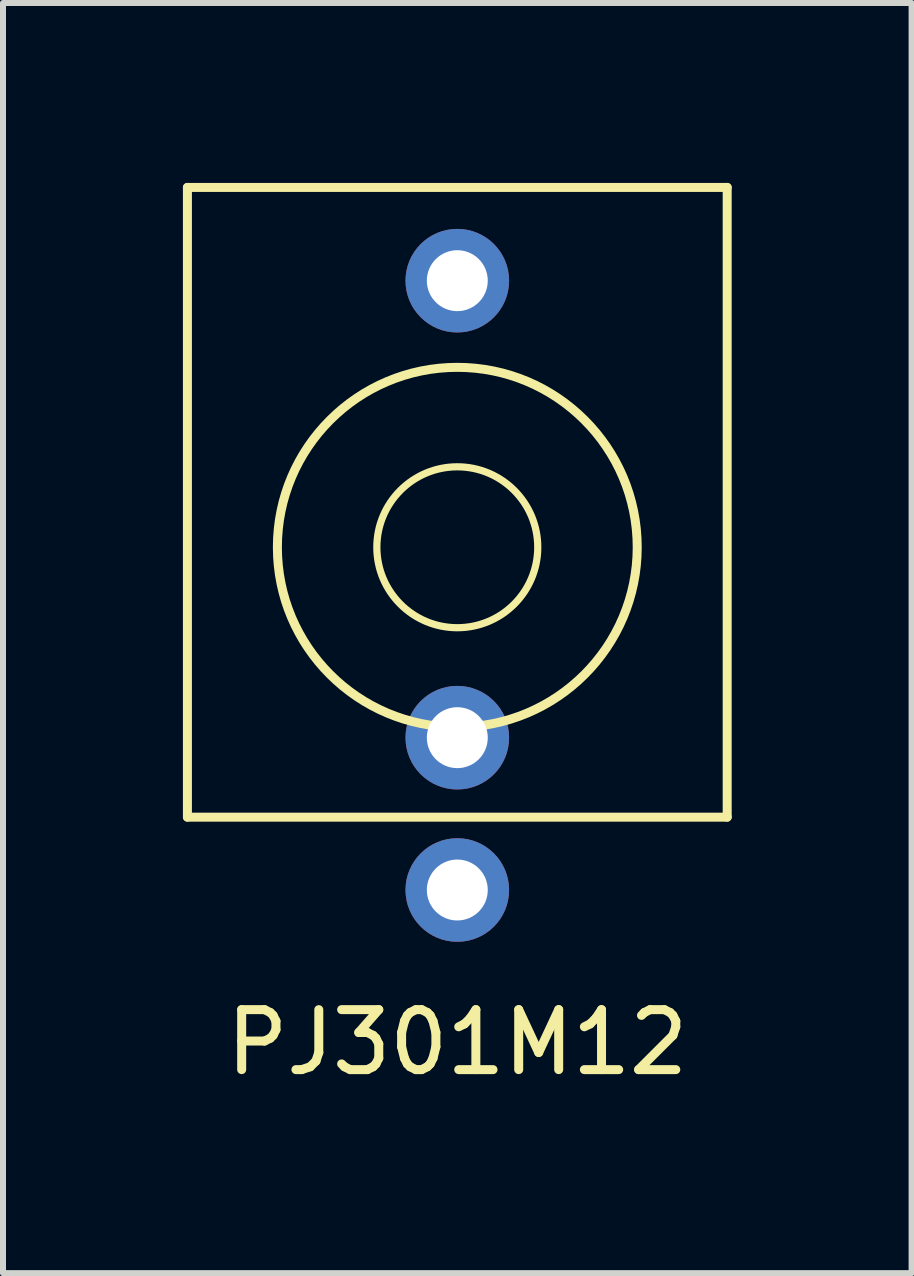
<source format=kicad_pcb>
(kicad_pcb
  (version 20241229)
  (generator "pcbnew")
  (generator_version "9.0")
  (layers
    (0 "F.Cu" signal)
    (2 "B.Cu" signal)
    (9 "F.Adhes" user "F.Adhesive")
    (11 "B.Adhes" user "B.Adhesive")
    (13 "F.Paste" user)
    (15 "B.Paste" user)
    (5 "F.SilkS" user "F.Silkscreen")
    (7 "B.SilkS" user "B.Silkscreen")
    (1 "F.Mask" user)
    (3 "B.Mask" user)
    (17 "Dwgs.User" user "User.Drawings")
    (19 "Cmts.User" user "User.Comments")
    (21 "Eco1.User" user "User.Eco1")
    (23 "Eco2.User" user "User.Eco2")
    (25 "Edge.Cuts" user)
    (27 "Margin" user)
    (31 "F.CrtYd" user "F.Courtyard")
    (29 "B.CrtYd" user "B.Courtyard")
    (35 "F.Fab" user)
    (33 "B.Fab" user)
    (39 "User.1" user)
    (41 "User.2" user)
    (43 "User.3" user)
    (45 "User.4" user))
  (footprint "PJ301M12"
    (layer "F.Cu")
    (at 4.575 6.075)
    (property "Reference" "PJ301M12" (at 0 8.255 0) (layer "F.SilkS") (effects (font (size 1 1) (thickness 0.15))))
    (attr through_hole)
    (fp_line (start -4.5 -6) (end 4.5 -6) (stroke (width 0.15) (type solid)) (layer "F.SilkS"))
    (fp_line (start -4.5 4.5) (end -4.5 -6) (stroke (width 0.15) (type solid)) (layer "F.SilkS"))
    (fp_line (start 4.5 -6) (end 4.5 4.5) (stroke (width 0.15) (type solid)) (layer "F.SilkS"))
    (fp_line (start 4.5 4.5) (end -4.5 4.5) (stroke (width 0.15) (type solid)) (layer "F.SilkS"))
    (fp_circle (center 0 0) (end -0.6 -1.2) (stroke (width 0.12) (type solid)) (fill no) (layer "F.SilkS"))
    (fp_circle (center 0 0) (end 3 0) (stroke (width 0.15) (type solid)) (fill no) (layer "F.SilkS"))
    (pad "1" thru_hole circle (at 0 5.715) (size 1.727 1.727) (drill 1.016) (layers "*.Cu" "*.Mask"))
    (pad "2" thru_hole circle (at 0 3.175) (size 1.727 1.727) (drill 1.016) (layers "*.Cu" "*.Mask"))
    (pad "3" thru_hole circle (at 0 -4.445) (size 1.727 1.727) (drill 1.016) (layers "*.Cu" "*.Mask")))
  (gr_rect
    (start -3 -3)
    (end 12.15 18.178)
    (stroke (width 0.1) (type default))
    (fill no)
    (layer "Edge.Cuts")))
</source>
